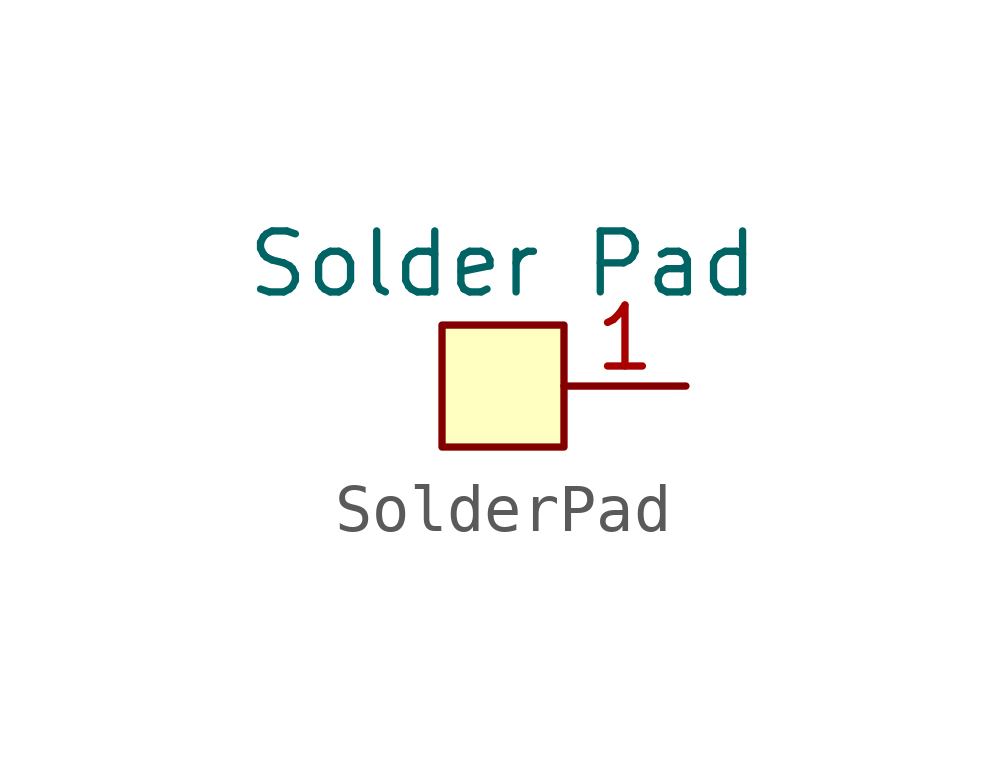
<source format=kicad_sym>
(kicad_symbol_lib
  (version 20220914)
  (generator kicad_symbol_editor)
  (symbol "SolderPad"
    (property "Reference" "U?"
      (at 0 5.08 0)
      (effects (font (size 1.27 1.27)) hide))
    (property "Value" "Solder Pad"
      (at 0 2.54 0)
      (effects (font (size 1.27 1.27))))
    (symbol "SolderPad_1_1"
      (rectangle (start -1.27 1.27) (end 1.27 -1.27) (stroke (width 0) (type default)) (fill (type background)))
      (pin bidirectional line (at 3.81 0 180) (length 2.54) (name "" (effects (font (size 1.27 1.27)))) (number "1" (effects (font (size 1.27 1.27))))))))
</source>
